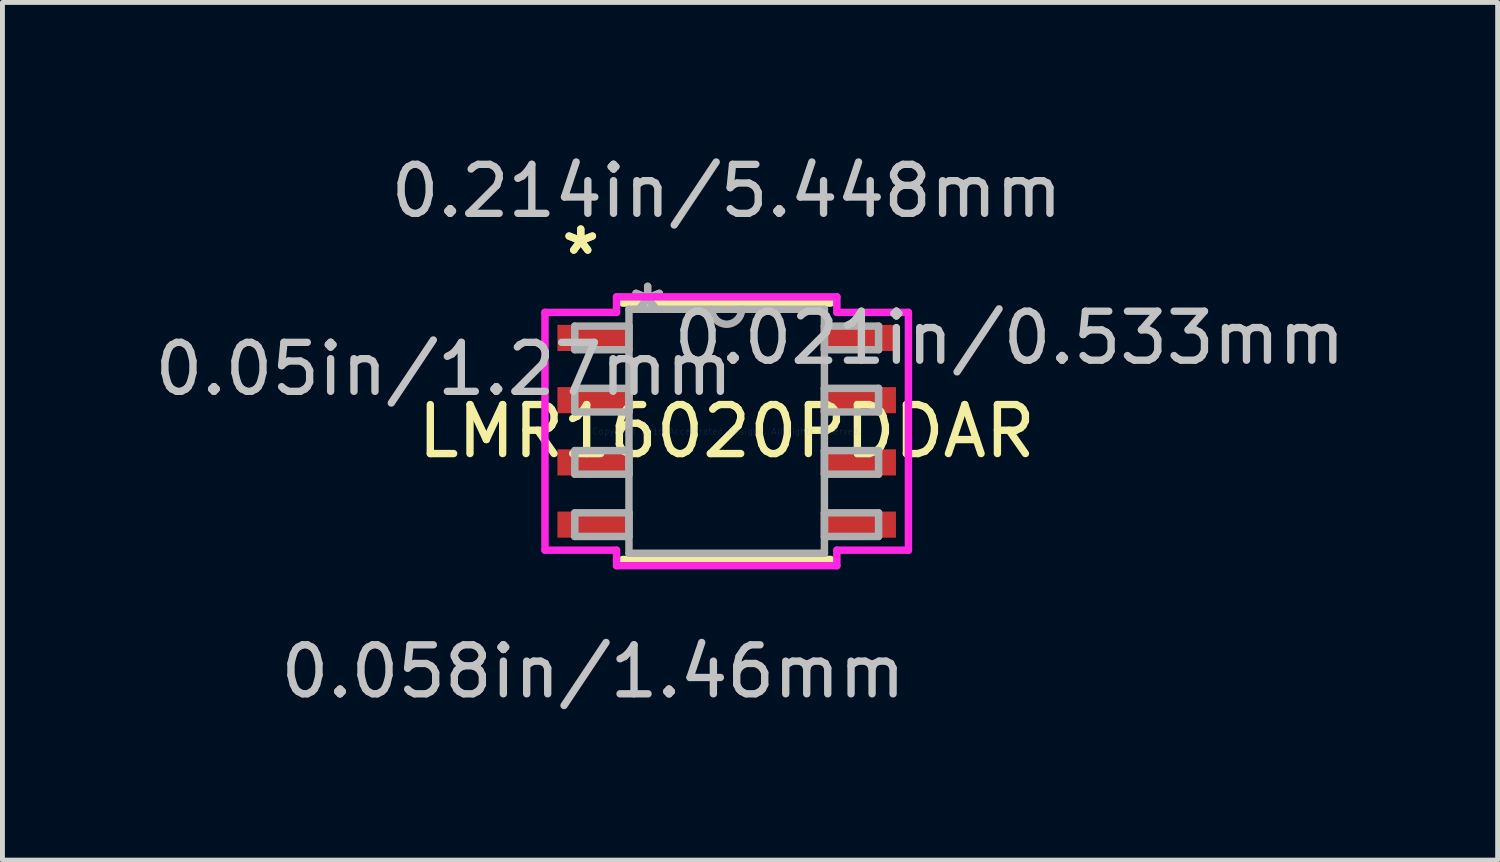
<source format=kicad_pcb>
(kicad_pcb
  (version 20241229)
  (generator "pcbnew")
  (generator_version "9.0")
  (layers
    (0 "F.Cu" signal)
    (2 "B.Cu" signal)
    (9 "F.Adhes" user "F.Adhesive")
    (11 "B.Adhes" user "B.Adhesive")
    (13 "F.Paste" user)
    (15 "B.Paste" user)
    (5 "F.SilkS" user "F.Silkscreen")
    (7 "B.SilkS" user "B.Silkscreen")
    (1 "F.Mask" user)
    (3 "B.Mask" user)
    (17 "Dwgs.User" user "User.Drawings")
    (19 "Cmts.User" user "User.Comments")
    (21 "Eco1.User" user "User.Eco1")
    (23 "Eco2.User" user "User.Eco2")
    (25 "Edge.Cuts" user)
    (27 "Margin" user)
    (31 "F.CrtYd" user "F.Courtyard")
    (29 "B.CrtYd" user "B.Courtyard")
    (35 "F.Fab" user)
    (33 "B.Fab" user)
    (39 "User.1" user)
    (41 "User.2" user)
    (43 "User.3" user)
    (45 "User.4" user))
  (footprint "LMR16020PDDAR"
    (layer "F.Cu")
    (at 11.778 5.75)
    (property "Reference" "LMR16020PDDAR" (at 0 0 0) (layer "F.SilkS") (effects (font (size 1 1) (thickness 0.15))))
    (attr through_hole)
    (fp_line (start -2.121 2.616) (end 2.121 2.616) (stroke (width 0.152) (type solid)) (layer "F.SilkS"))
    (fp_line (start 2.121 -2.616) (end -2.121 -2.616) (stroke (width 0.152) (type solid)) (layer "F.SilkS"))
    (fp_line (start -3.708 -2.426) (end -2.248 -2.426) (stroke (width 0.152) (type solid)) (layer "F.CrtYd"))
    (fp_line (start -3.708 2.426) (end -3.708 -2.426) (stroke (width 0.152) (type solid)) (layer "F.CrtYd"))
    (fp_line (start -2.248 -2.743) (end 2.248 -2.743) (stroke (width 0.152) (type solid)) (layer "F.CrtYd"))
    (fp_line (start -2.248 -2.426) (end -2.248 -2.743) (stroke (width 0.152) (type solid)) (layer "F.CrtYd"))
    (fp_line (start -2.248 2.426) (end -3.708 2.426) (stroke (width 0.152) (type solid)) (layer "F.CrtYd"))
    (fp_line (start -2.248 2.743) (end -2.248 2.426) (stroke (width 0.152) (type solid)) (layer "F.CrtYd"))
    (fp_line (start 2.248 -2.743) (end 2.248 -2.426) (stroke (width 0.152) (type solid)) (layer "F.CrtYd"))
    (fp_line (start 2.248 -2.426) (end 3.708 -2.426) (stroke (width 0.152) (type solid)) (layer "F.CrtYd"))
    (fp_line (start 2.248 2.426) (end 2.248 2.743) (stroke (width 0.152) (type solid)) (layer "F.CrtYd"))
    (fp_line (start 2.248 2.743) (end -2.248 2.743) (stroke (width 0.152) (type solid)) (layer "F.CrtYd"))
    (fp_line (start 3.708 -2.426) (end 3.708 2.426) (stroke (width 0.152) (type solid)) (layer "F.CrtYd"))
    (fp_line (start 3.708 2.426) (end 2.248 2.426) (stroke (width 0.152) (type solid)) (layer "F.CrtYd"))
    (fp_line (start -3.099 -2.146) (end -3.099 -1.664) (stroke (width 0.152) (type solid)) (layer "F.Fab"))
    (fp_line (start -3.099 -1.664) (end -1.994 -1.664) (stroke (width 0.152) (type solid)) (layer "F.Fab"))
    (fp_line (start -3.099 -0.876) (end -3.099 -0.394) (stroke (width 0.152) (type solid)) (layer "F.Fab"))
    (fp_line (start -3.099 -0.394) (end -1.994 -0.394) (stroke (width 0.152) (type solid)) (layer "F.Fab"))
    (fp_line (start -3.099 0.394) (end -3.099 0.876) (stroke (width 0.152) (type solid)) (layer "F.Fab"))
    (fp_line (start -3.099 0.876) (end -1.994 0.876) (stroke (width 0.152) (type solid)) (layer "F.Fab"))
    (fp_line (start -3.099 1.664) (end -3.099 2.146) (stroke (width 0.152) (type solid)) (layer "F.Fab"))
    (fp_line (start -3.099 2.146) (end -1.994 2.146) (stroke (width 0.152) (type solid)) (layer "F.Fab"))
    (fp_line (start -1.994 -2.489) (end -1.994 2.489) (stroke (width 0.152) (type solid)) (layer "F.Fab"))
    (fp_line (start -1.994 -2.146) (end -3.099 -2.146) (stroke (width 0.152) (type solid)) (layer "F.Fab"))
    (fp_line (start -1.994 -1.664) (end -1.994 -2.146) (stroke (width 0.152) (type solid)) (layer "F.Fab"))
    (fp_line (start -1.994 -0.876) (end -3.099 -0.876) (stroke (width 0.152) (type solid)) (layer "F.Fab"))
    (fp_line (start -1.994 -0.394) (end -1.994 -0.876) (stroke (width 0.152) (type solid)) (layer "F.Fab"))
    (fp_line (start -1.994 0.394) (end -3.099 0.394) (stroke (width 0.152) (type solid)) (layer "F.Fab"))
    (fp_line (start -1.994 0.876) (end -1.994 0.394) (stroke (width 0.152) (type solid)) (layer "F.Fab"))
    (fp_line (start -1.994 1.664) (end -3.099 1.664) (stroke (width 0.152) (type solid)) (layer "F.Fab"))
    (fp_line (start -1.994 2.146) (end -1.994 1.664) (stroke (width 0.152) (type solid)) (layer "F.Fab"))
    (fp_line (start -1.994 2.489) (end 1.994 2.489) (stroke (width 0.152) (type solid)) (layer "F.Fab"))
    (fp_line (start 1.994 -2.489) (end -1.994 -2.489) (stroke (width 0.152) (type solid)) (layer "F.Fab"))
    (fp_line (start 1.994 -2.146) (end 1.994 -1.664) (stroke (width 0.152) (type solid)) (layer "F.Fab"))
    (fp_line (start 1.994 -1.664) (end 3.099 -1.664) (stroke (width 0.152) (type solid)) (layer "F.Fab"))
    (fp_line (start 1.994 -0.876) (end 1.994 -0.394) (stroke (width 0.152) (type solid)) (layer "F.Fab"))
    (fp_line (start 1.994 -0.394) (end 3.099 -0.394) (stroke (width 0.152) (type solid)) (layer "F.Fab"))
    (fp_line (start 1.994 0.394) (end 1.994 0.876) (stroke (width 0.152) (type solid)) (layer "F.Fab"))
    (fp_line (start 1.994 0.876) (end 3.099 0.876) (stroke (width 0.152) (type solid)) (layer "F.Fab"))
    (fp_line (start 1.994 1.664) (end 1.994 2.146) (stroke (width 0.152) (type solid)) (layer "F.Fab"))
    (fp_line (start 1.994 2.146) (end 3.099 2.146) (stroke (width 0.152) (type solid)) (layer "F.Fab"))
    (fp_line (start 1.994 2.489) (end 1.994 -2.489) (stroke (width 0.152) (type solid)) (layer "F.Fab"))
    (fp_line (start 3.099 -2.146) (end 1.994 -2.146) (stroke (width 0.152) (type solid)) (layer "F.Fab"))
    (fp_line (start 3.099 -1.664) (end 3.099 -2.146) (stroke (width 0.152) (type solid)) (layer "F.Fab"))
    (fp_line (start 3.099 -0.876) (end 1.994 -0.876) (stroke (width 0.152) (type solid)) (layer "F.Fab"))
    (fp_line (start 3.099 -0.394) (end 3.099 -0.876) (stroke (width 0.152) (type solid)) (layer "F.Fab"))
    (fp_line (start 3.099 0.394) (end 1.994 0.394) (stroke (width 0.152) (type solid)) (layer "F.Fab"))
    (fp_line (start 3.099 0.876) (end 3.099 0.394) (stroke (width 0.152) (type solid)) (layer "F.Fab"))
    (fp_line (start 3.099 1.664) (end 1.994 1.664) (stroke (width 0.152) (type solid)) (layer "F.Fab"))
    (fp_line (start 3.099 2.146) (end 3.099 1.664) (stroke (width 0.152) (type solid)) (layer "F.Fab"))
    (fp_arc (start 0.3048 -2.4892) (mid 0 -2.1844) (end -0.3048 -2.4892) (stroke (width 0.1524) (type solid)) (layer "F.Fab"))
    (fp_text user "*" (at -2.978 -3.581 0) (layer "F.SilkS") (effects (font (size 1 1) (thickness 0.15))))
    (fp_text user "*" (at -2.978 -3.581 0) (layer "F.SilkS") (effects (font (size 1 1) (thickness 0.15))))
    (fp_text user "0.05in/1.27mm" (at -5.772 -1.27 0) (layer "Dwgs.User") (effects (font (size 1 1) (thickness 0.15))))
    (fp_text user "0.058in/1.46mm" (at -2.724 4.902 0) (layer "Dwgs.User") (effects (font (size 1 1) (thickness 0.15))))
    (fp_text user "0.214in/5.448mm" (at 0 -4.902 0) (layer "Dwgs.User") (effects (font (size 1 1) (thickness 0.15))))
    (fp_text user "0.021in/0.533mm" (at 5.772 -1.905 0) (layer "Dwgs.User") (effects (font (size 1 1) (thickness 0.15))))
    (fp_text user "Copyright 2016 Accelerated Designs. All rights reserved." (at 0 0 0) (layer "Cmts.User") (effects (font (size 0.127 0.127) (thickness 0.002))))
    (fp_text user "*" (at -1.613 -2.413 0) (layer "F.Fab") (effects (font (size 1 1) (thickness 0.15))))
    (fp_text user "*" (at -1.613 -2.413 0) (layer "F.Fab") (effects (font (size 1 1) (thickness 0.15))))
    (pad "1" smd rect (at -2.724 -1.905) (size 1.46 0.533) (layers "F.Cu" "F.Mask" "F.Paste"))
    (pad "2" smd rect (at -2.724 -0.635) (size 1.46 0.533) (layers "F.Cu" "F.Mask" "F.Paste"))
    (pad "3" smd rect (at -2.724 0.635) (size 1.46 0.533) (layers "F.Cu" "F.Mask" "F.Paste"))
    (pad "4" smd rect (at -2.724 1.905) (size 1.46 0.533) (layers "F.Cu" "F.Mask" "F.Paste"))
    (pad "5" smd rect (at 2.724 1.905) (size 1.46 0.533) (layers "F.Cu" "F.Mask" "F.Paste"))
    (pad "6" smd rect (at 2.724 0.635) (size 1.46 0.533) (layers "F.Cu" "F.Mask" "F.Paste"))
    (pad "7" smd rect (at 2.724 -0.635) (size 1.46 0.533) (layers "F.Cu" "F.Mask" "F.Paste"))
    (pad "8" smd rect (at 2.724 -1.905) (size 1.46 0.533) (layers "F.Cu" "F.Mask" "F.Paste")))
  (gr_rect
    (start -3 -3)
    (end 27.509 14.501)
    (stroke (width 0.1) (type default))
    (fill no)
    (layer "Edge.Cuts")))
</source>
